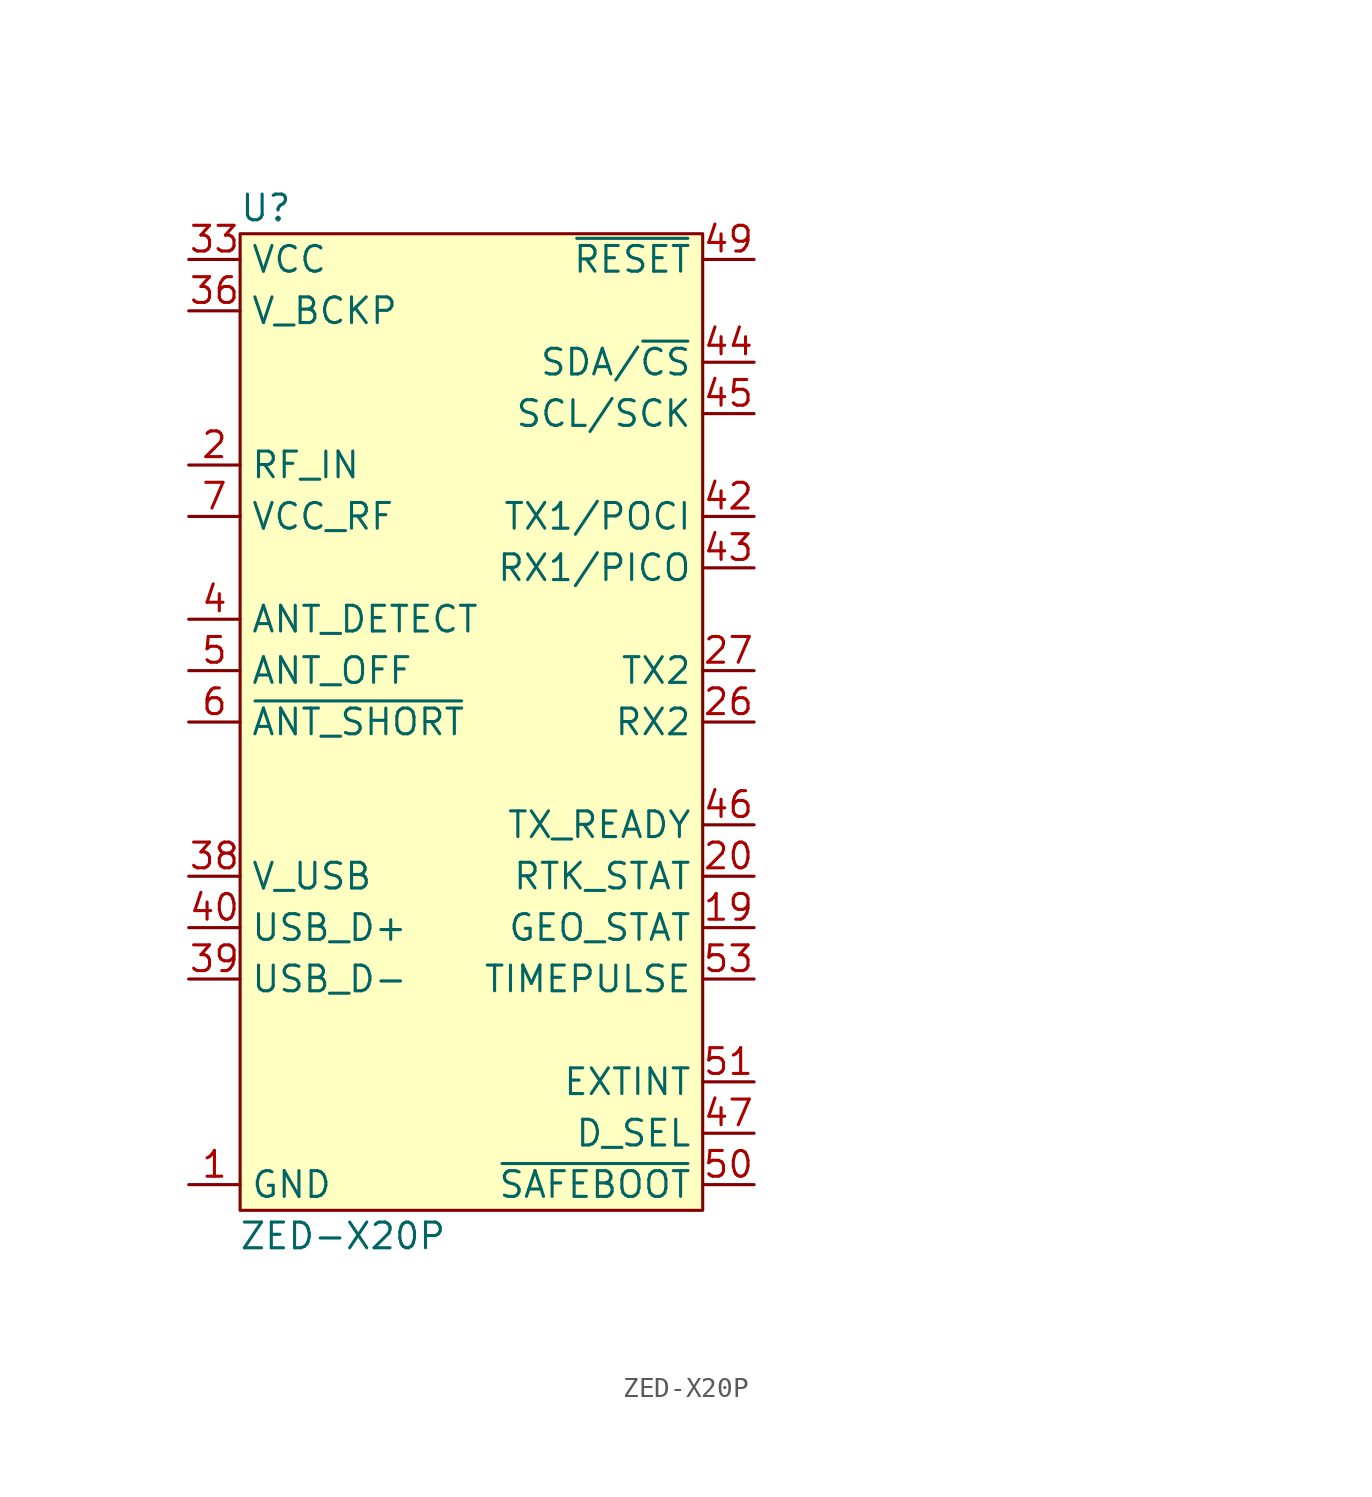
<source format=kicad_sym>
(kicad_symbol_lib
  (version 20241209)
  (generator "kicad_symbol_editor")
  (generator_version "9.0")
  (symbol "ZED-X20P"
    (property "Reference" "U"
      (at -10.16 25.4 0)
      (effects (font (size 1.27 1.27))))
    (property "Value" "ZED-X20P"
      (at -6.35 -25.4 0)
      (effects (font (size 1.27 1.27))))
    (symbol "ZED-X20P_1_0"
      (pin power_in line (at -13.97 -22.86 0) (length 2.54) (name "GND" (effects (font (size 1.27 1.27)))) (number "1" (effects (font (size 1.27 1.27)))))
      (pin power_in line (at -13.97 -22.86 0) (length 2.54) (hide yes) (name "GND" (effects (font (size 1.27 1.27)))) (number "100" (effects (font (size 1.27 1.27)))))
      (pin power_in line (at -13.97 -22.86 0) (length 2.54) (hide yes) (name "GND" (effects (font (size 1.27 1.27)))) (number "101" (effects (font (size 1.27 1.27)))))
      (pin power_in line (at -13.97 -22.86 0) (length 2.54) (hide yes) (name "GND" (effects (font (size 1.27 1.27)))) (number "102" (effects (font (size 1.27 1.27)))))
      (pin power_in line (at -13.97 -22.86 0) (length 2.54) (hide yes) (name "GND" (effects (font (size 1.27 1.27)))) (number "12" (effects (font (size 1.27 1.27)))))
      (pin power_in line (at -13.97 -22.86 0) (length 2.54) (hide yes) (name "GND" (effects (font (size 1.27 1.27)))) (number "14" (effects (font (size 1.27 1.27)))))
      (pin power_in line (at -13.97 -22.86 0) (length 2.54) (hide yes) (name "GND" (effects (font (size 1.27 1.27)))) (number "3" (effects (font (size 1.27 1.27)))))
      (pin power_in line (at -13.97 -22.86 0) (length 2.54) (hide yes) (name "GND" (effects (font (size 1.27 1.27)))) (number "32" (effects (font (size 1.27 1.27)))))
      (pin power_in line (at -13.97 -22.86 0) (length 2.54) (hide yes) (name "GND" (effects (font (size 1.27 1.27)))) (number "37" (effects (font (size 1.27 1.27)))))
      (pin power_in line (at -13.97 -22.86 0) (length 2.54) (hide yes) (name "GND" (effects (font (size 1.27 1.27)))) (number "41" (effects (font (size 1.27 1.27)))))
      (pin power_in line (at -13.97 -22.86 0) (length 2.54) (hide yes) (name "GND" (effects (font (size 1.27 1.27)))) (number "48" (effects (font (size 1.27 1.27)))))
      (pin power_in line (at -13.97 -22.86 0) (length 2.54) (hide yes) (name "GND" (effects (font (size 1.27 1.27)))) (number "55" (effects (font (size 1.27 1.27)))))
      (pin power_in line (at -13.97 -22.86 0) (length 2.54) (hide yes) (name "GND" (effects (font (size 1.27 1.27)))) (number "56" (effects (font (size 1.27 1.27)))))
      (pin power_in line (at -13.97 -22.86 0) (length 2.54) (hide yes) (name "GND" (effects (font (size 1.27 1.27)))) (number "57" (effects (font (size 1.27 1.27)))))
      (pin power_in line (at -13.97 -22.86 0) (length 2.54) (hide yes) (name "GND" (effects (font (size 1.27 1.27)))) (number "58" (effects (font (size 1.27 1.27)))))
      (pin power_in line (at -13.97 -22.86 0) (length 2.54) (hide yes) (name "GND" (effects (font (size 1.27 1.27)))) (number "59" (effects (font (size 1.27 1.27)))))
      (pin power_in line (at -13.97 -22.86 0) (length 2.54) (hide yes) (name "GND" (effects (font (size 1.27 1.27)))) (number "60" (effects (font (size 1.27 1.27)))))
      (pin power_in line (at -13.97 -22.86 0) (length 2.54) (hide yes) (name "GND" (effects (font (size 1.27 1.27)))) (number "61" (effects (font (size 1.27 1.27)))))
      (pin power_in line (at -13.97 -22.86 0) (length 2.54) (hide yes) (name "GND" (effects (font (size 1.27 1.27)))) (number "62" (effects (font (size 1.27 1.27)))))
      (pin power_in line (at -13.97 -22.86 0) (length 2.54) (hide yes) (name "GND" (effects (font (size 1.27 1.27)))) (number "63" (effects (font (size 1.27 1.27)))))
      (pin power_in line (at -13.97 -22.86 0) (length 2.54) (hide yes) (name "GND" (effects (font (size 1.27 1.27)))) (number "64" (effects (font (size 1.27 1.27)))))
      (pin power_in line (at -13.97 -22.86 0) (length 2.54) (hide yes) (name "GND" (effects (font (size 1.27 1.27)))) (number "65" (effects (font (size 1.27 1.27)))))
      (pin power_in line (at -13.97 -22.86 0) (length 2.54) (hide yes) (name "GND" (effects (font (size 1.27 1.27)))) (number "66" (effects (font (size 1.27 1.27)))))
      (pin power_in line (at -13.97 -22.86 0) (length 2.54) (hide yes) (name "GND" (effects (font (size 1.27 1.27)))) (number "67" (effects (font (size 1.27 1.27)))))
      (pin power_in line (at -13.97 -22.86 0) (length 2.54) (hide yes) (name "GND" (effects (font (size 1.27 1.27)))) (number "68" (effects (font (size 1.27 1.27)))))
      (pin power_in line (at -13.97 -22.86 0) (length 2.54) (hide yes) (name "GND" (effects (font (size 1.27 1.27)))) (number "69" (effects (font (size 1.27 1.27)))))
      (pin power_in line (at -13.97 -22.86 0) (length 2.54) (hide yes) (name "GND" (effects (font (size 1.27 1.27)))) (number "70" (effects (font (size 1.27 1.27)))))
      (pin power_in line (at -13.97 -22.86 0) (length 2.54) (hide yes) (name "GND" (effects (font (size 1.27 1.27)))) (number "71" (effects (font (size 1.27 1.27)))))
      (pin power_in line (at -13.97 -22.86 0) (length 2.54) (hide yes) (name "GND" (effects (font (size 1.27 1.27)))) (number "72" (effects (font (size 1.27 1.27)))))
      (pin power_in line (at -13.97 -22.86 0) (length 2.54) (hide yes) (name "GND" (effects (font (size 1.27 1.27)))) (number "73" (effects (font (size 1.27 1.27)))))
      (pin power_in line (at -13.97 -22.86 0) (length 2.54) (hide yes) (name "GND" (effects (font (size 1.27 1.27)))) (number "74" (effects (font (size 1.27 1.27)))))
      (pin power_in line (at -13.97 -22.86 0) (length 2.54) (hide yes) (name "GND" (effects (font (size 1.27 1.27)))) (number "75" (effects (font (size 1.27 1.27)))))
      (pin power_in line (at -13.97 -22.86 0) (length 2.54) (hide yes) (name "GND" (effects (font (size 1.27 1.27)))) (number "76" (effects (font (size 1.27 1.27)))))
      (pin power_in line (at -13.97 -22.86 0) (length 2.54) (hide yes) (name "GND" (effects (font (size 1.27 1.27)))) (number "77" (effects (font (size 1.27 1.27)))))
      (pin power_in line (at -13.97 -22.86 0) (length 2.54) (hide yes) (name "GND" (effects (font (size 1.27 1.27)))) (number "78" (effects (font (size 1.27 1.27)))))
      (pin power_in line (at -13.97 -22.86 0) (length 2.54) (hide yes) (name "GND" (effects (font (size 1.27 1.27)))) (number "79" (effects (font (size 1.27 1.27)))))
      (pin power_in line (at -13.97 -22.86 0) (length 2.54) (hide yes) (name "GND" (effects (font (size 1.27 1.27)))) (number "80" (effects (font (size 1.27 1.27)))))
      (pin power_in line (at -13.97 -22.86 0) (length 2.54) (hide yes) (name "GND" (effects (font (size 1.27 1.27)))) (number "81" (effects (font (size 1.27 1.27)))))
      (pin power_in line (at -13.97 -22.86 0) (length 2.54) (hide yes) (name "GND" (effects (font (size 1.27 1.27)))) (number "82" (effects (font (size 1.27 1.27)))))
      (pin power_in line (at -13.97 -22.86 0) (length 2.54) (hide yes) (name "GND" (effects (font (size 1.27 1.27)))) (number "83" (effects (font (size 1.27 1.27)))))
      (pin power_in line (at -13.97 -22.86 0) (length 2.54) (hide yes) (name "GND" (effects (font (size 1.27 1.27)))) (number "84" (effects (font (size 1.27 1.27)))))
      (pin power_in line (at -13.97 -22.86 0) (length 2.54) (hide yes) (name "GND" (effects (font (size 1.27 1.27)))) (number "85" (effects (font (size 1.27 1.27)))))
      (pin power_in line (at -13.97 -22.86 0) (length 2.54) (hide yes) (name "GND" (effects (font (size 1.27 1.27)))) (number "86" (effects (font (size 1.27 1.27)))))
      (pin power_in line (at -13.97 -22.86 0) (length 2.54) (hide yes) (name "GND" (effects (font (size 1.27 1.27)))) (number "87" (effects (font (size 1.27 1.27)))))
      (pin power_in line (at -13.97 -22.86 0) (length 2.54) (hide yes) (name "GND" (effects (font (size 1.27 1.27)))) (number "88" (effects (font (size 1.27 1.27)))))
      (pin power_in line (at -13.97 -22.86 0) (length 2.54) (hide yes) (name "GND" (effects (font (size 1.27 1.27)))) (number "89" (effects (font (size 1.27 1.27)))))
      (pin power_in line (at -13.97 -22.86 0) (length 2.54) (hide yes) (name "GND" (effects (font (size 1.27 1.27)))) (number "90" (effects (font (size 1.27 1.27)))))
      (pin power_in line (at -13.97 -22.86 0) (length 2.54) (hide yes) (name "GND" (effects (font (size 1.27 1.27)))) (number "91" (effects (font (size 1.27 1.27)))))
      (pin power_in line (at -13.97 -22.86 0) (length 2.54) (hide yes) (name "GND" (effects (font (size 1.27 1.27)))) (number "92" (effects (font (size 1.27 1.27)))))
      (pin power_in line (at -13.97 -22.86 0) (length 2.54) (hide yes) (name "GND" (effects (font (size 1.27 1.27)))) (number "93" (effects (font (size 1.27 1.27)))))
      (pin power_in line (at -13.97 -22.86 0) (length 2.54) (hide yes) (name "GND" (effects (font (size 1.27 1.27)))) (number "94" (effects (font (size 1.27 1.27)))))
      (pin power_in line (at -13.97 -22.86 0) (length 2.54) (hide yes) (name "GND" (effects (font (size 1.27 1.27)))) (number "95" (effects (font (size 1.27 1.27)))))
      (pin power_in line (at -13.97 -22.86 0) (length 2.54) (hide yes) (name "GND" (effects (font (size 1.27 1.27)))) (number "96" (effects (font (size 1.27 1.27)))))
      (pin power_in line (at -13.97 -22.86 0) (length 2.54) (hide yes) (name "GND" (effects (font (size 1.27 1.27)))) (number "97" (effects (font (size 1.27 1.27)))))
      (pin power_in line (at -13.97 -22.86 0) (length 2.54) (hide yes) (name "GND" (effects (font (size 1.27 1.27)))) (number "98" (effects (font (size 1.27 1.27)))))
      (pin power_in line (at -13.97 -22.86 0) (length 2.54) (hide yes) (name "GND" (effects (font (size 1.27 1.27)))) (number "99" (effects (font (size 1.27 1.27)))))
      (pin input line (at 13.97 -17.78 180) (length 2.54) (name "EXTINT" (effects (font (size 1.27 1.27)))) (number "51" (effects (font (size 1.27 1.27)))))
      (pin input line (at 13.97 -20.32 180) (length 2.54) (name "D_SEL" (effects (font (size 1.27 1.27)))) (number "47" (effects (font (size 1.27 1.27)))))
      (pin input line (at 13.97 -22.86 180) (length 2.54) (name "~{SAFEBOOT}" (effects (font (size 1.27 1.27)))) (number "50" (effects (font (size 1.27 1.27)))))
      (pin no_connect line (at 33.02 24.13 0) (length 2.54) (hide yes) (name "NC" (effects (font (size 1.27 1.27)))) (number "8" (effects (font (size 1.27 1.27)))))
      (pin no_connect line (at 33.02 21.59 0) (length 2.54) (hide yes) (name "NC" (effects (font (size 1.27 1.27)))) (number "9" (effects (font (size 1.27 1.27)))))
      (pin no_connect line (at 33.02 19.05 0) (length 2.54) (hide yes) (name "NC" (effects (font (size 1.27 1.27)))) (number "10" (effects (font (size 1.27 1.27)))))
      (pin no_connect line (at 33.02 16.51 0) (length 2.54) (hide yes) (name "NC" (effects (font (size 1.27 1.27)))) (number "11" (effects (font (size 1.27 1.27)))))
      (pin no_connect line (at 33.02 13.97 0) (length 2.54) (hide yes) (name "NC" (effects (font (size 1.27 1.27)))) (number "13" (effects (font (size 1.27 1.27)))))
      (pin no_connect line (at 33.02 11.43 0) (length 2.54) (hide yes) (name "NC" (effects (font (size 1.27 1.27)))) (number "15" (effects (font (size 1.27 1.27)))))
      (pin no_connect line (at 33.02 8.89 0) (length 2.54) (hide yes) (name "NC" (effects (font (size 1.27 1.27)))) (number "16" (effects (font (size 1.27 1.27)))))
      (pin no_connect line (at 33.02 6.35 0) (length 2.54) (hide yes) (name "NC" (effects (font (size 1.27 1.27)))) (number "17" (effects (font (size 1.27 1.27)))))
      (pin no_connect line (at 33.02 3.81 0) (length 2.54) (hide yes) (name "NC" (effects (font (size 1.27 1.27)))) (number "18" (effects (font (size 1.27 1.27)))))
      (pin no_connect line (at 33.02 1.27 0) (length 2.54) (hide yes) (name "NC" (effects (font (size 1.27 1.27)))) (number "21" (effects (font (size 1.27 1.27)))))
      (pin no_connect line (at 33.02 -1.27 0) (length 2.54) (hide yes) (name "NC" (effects (font (size 1.27 1.27)))) (number "22" (effects (font (size 1.27 1.27)))))
      (pin no_connect line (at 33.02 -3.81 0) (length 2.54) (hide yes) (name "NC" (effects (font (size 1.27 1.27)))) (number "23" (effects (font (size 1.27 1.27)))))
      (pin no_connect line (at 33.02 -6.35 0) (length 2.54) (hide yes) (name "NC" (effects (font (size 1.27 1.27)))) (number "24" (effects (font (size 1.27 1.27)))))
      (pin no_connect line (at 33.02 -8.89 0) (length 2.54) (hide yes) (name "NC" (effects (font (size 1.27 1.27)))) (number "25" (effects (font (size 1.27 1.27)))))
      (pin no_connect line (at 33.02 -11.43 0) (length 2.54) (hide yes) (name "NC" (effects (font (size 1.27 1.27)))) (number "28" (effects (font (size 1.27 1.27)))))
      (pin no_connect line (at 33.02 -13.97 0) (length 2.54) (hide yes) (name "NC" (effects (font (size 1.27 1.27)))) (number "29" (effects (font (size 1.27 1.27)))))
      (pin no_connect line (at 33.02 -16.51 0) (length 2.54) (hide yes) (name "NC" (effects (font (size 1.27 1.27)))) (number "30" (effects (font (size 1.27 1.27)))))
      (pin no_connect line (at 33.02 -19.05 0) (length 2.54) (hide yes) (name "NC" (effects (font (size 1.27 1.27)))) (number "31" (effects (font (size 1.27 1.27)))))
      (pin no_connect line (at 33.02 -21.59 0) (length 2.54) (hide yes) (name "NC" (effects (font (size 1.27 1.27)))) (number "35" (effects (font (size 1.27 1.27)))))
      (pin no_connect line (at 33.02 -24.13 0) (length 2.54) (hide yes) (name "NC" (effects (font (size 1.27 1.27)))) (number "52" (effects (font (size 1.27 1.27)))))
      (pin no_connect line (at 33.02 -26.67 0) (length 2.54) (hide yes) (name "NC" (effects (font (size 1.27 1.27)))) (number "54" (effects (font (size 1.27 1.27))))))
    (symbol "ZED-X20P_1_1"
      (rectangle (start -11.43 24.13) (end 11.43 -24.13) (stroke (width 0) (type default)) (fill (type background)))
      (pin power_in line (at -13.97 22.86 0) (length 2.54) (name "VCC" (effects (font (size 1.27 1.27)))) (number "33" (effects (font (size 1.27 1.27)))))
      (pin power_in line (at -13.97 22.86 0) (length 2.54) (hide yes) (name "VCC" (effects (font (size 1.27 1.27)))) (number "34" (effects (font (size 1.27 1.27)))))
      (pin power_in line (at -13.97 20.32 0) (length 2.54) (name "V_BCKP" (effects (font (size 1.27 1.27)))) (number "36" (effects (font (size 1.27 1.27)))))
      (pin input line (at -13.97 12.7 0) (length 2.54) (name "RF_IN" (effects (font (size 1.27 1.27)))) (number "2" (effects (font (size 1.27 1.27)))))
      (pin power_out line (at -13.97 10.16 0) (length 2.54) (name "VCC_RF" (effects (font (size 1.27 1.27)))) (number "7" (effects (font (size 1.27 1.27)))))
      (pin input line (at -13.97 5.08 0) (length 2.54) (name "ANT_DETECT" (effects (font (size 1.27 1.27)))) (number "4" (effects (font (size 1.27 1.27)))))
      (pin output line (at -13.97 2.54 0) (length 2.54) (name "ANT_OFF" (effects (font (size 1.27 1.27)))) (number "5" (effects (font (size 1.27 1.27)))))
      (pin output line (at -13.97 0 0) (length 2.54) (name "~{ANT_SHORT}" (effects (font (size 1.27 1.27)))) (number "6" (effects (font (size 1.27 1.27)))))
      (pin power_in line (at -13.97 -7.62 0) (length 2.54) (name "V_USB" (effects (font (size 1.27 1.27)))) (number "38" (effects (font (size 1.27 1.27)))))
      (pin bidirectional line (at -13.97 -10.16 0) (length 2.54) (name "USB_D+" (effects (font (size 1.27 1.27)))) (number "40" (effects (font (size 1.27 1.27)))))
      (pin bidirectional line (at -13.97 -12.7 0) (length 2.54) (name "USB_D-" (effects (font (size 1.27 1.27)))) (number "39" (effects (font (size 1.27 1.27)))))
      (pin input line (at 13.97 22.86 180) (length 2.54) (name "~{RESET}" (effects (font (size 1.27 1.27)))) (number "49" (effects (font (size 1.27 1.27)))))
      (pin bidirectional line (at 13.97 17.78 180) (length 2.54) (name "SDA/~{CS}" (effects (font (size 1.27 1.27)))) (number "44" (effects (font (size 1.27 1.27)))))
      (pin bidirectional line (at 13.97 15.24 180) (length 2.54) (name "SCL/SCK" (effects (font (size 1.27 1.27)))) (number "45" (effects (font (size 1.27 1.27)))))
      (pin output line (at 13.97 10.16 180) (length 2.54) (name "TX1/POCI" (effects (font (size 1.27 1.27)))) (number "42" (effects (font (size 1.27 1.27)))))
      (pin input line (at 13.97 7.62 180) (length 2.54) (name "RX1/PICO" (effects (font (size 1.27 1.27)))) (number "43" (effects (font (size 1.27 1.27)))))
      (pin output line (at 13.97 2.54 180) (length 2.54) (name "TX2" (effects (font (size 1.27 1.27)))) (number "27" (effects (font (size 1.27 1.27)))))
      (pin input line (at 13.97 0 180) (length 2.54) (name "RX2" (effects (font (size 1.27 1.27)))) (number "26" (effects (font (size 1.27 1.27)))))
      (pin output line (at 13.97 -5.08 180) (length 2.54) (name "TX_READY" (effects (font (size 1.27 1.27)))) (number "46" (effects (font (size 1.27 1.27)))))
      (pin output line (at 13.97 -7.62 180) (length 2.54) (name "RTK_STAT" (effects (font (size 1.27 1.27)))) (number "20" (effects (font (size 1.27 1.27)))))
      (pin output line (at 13.97 -10.16 180) (length 2.54) (name "GEO_STAT" (effects (font (size 1.27 1.27)))) (number "19" (effects (font (size 1.27 1.27)))))
      (pin output line (at 13.97 -12.7 180) (length 2.54) (name "TIMEPULSE" (effects (font (size 1.27 1.27)))) (number "53" (effects (font (size 1.27 1.27))))))))
</source>
